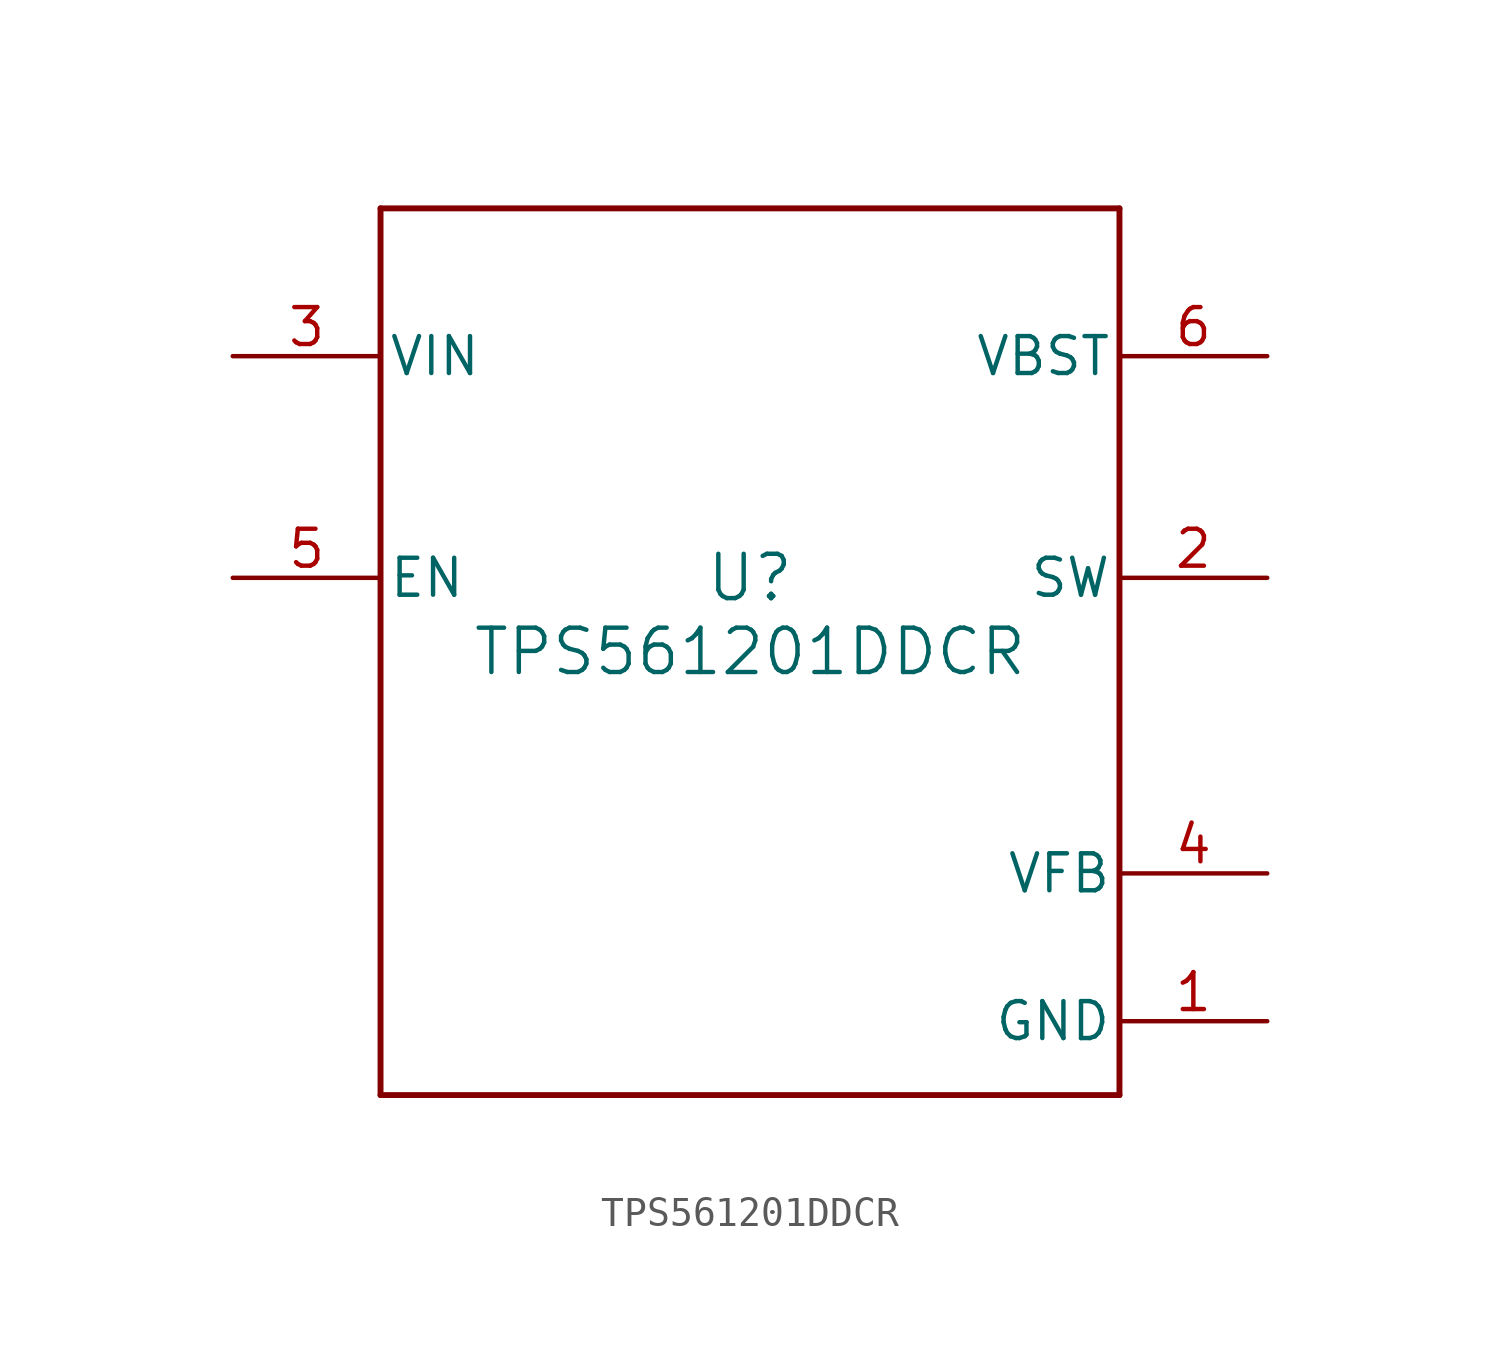
<source format=kicad_sym>
(kicad_symbol_lib
  (version 20211014)
  (generator kicad_symbol_editor)
  (symbol "TPS561201DDCR"
    (pin_names
      (offset 0.254))
    (property "Reference" "U"
      (at 0 2.54 0)
      (effects (font (size 1.524 1.524))))
    (property "Value" "TPS561201DDCR"
      (at 0 0 0)
      (effects (font (size 1.524 1.524))))
    (symbol "TPS561201DDCR_0_1"
      (polyline (pts (xy -12.7 -15.24) (xy 12.7 -15.24)) (stroke (width 0.203) (type default) (color 0 0 0 0)) (fill (type none)))
      (polyline (pts (xy 12.7 -15.24) (xy 12.7 15.24)) (stroke (width 0.203) (type default) (color 0 0 0 0)) (fill (type none)))
      (polyline (pts (xy 12.7 15.24) (xy -12.7 15.24)) (stroke (width 0.203) (type default) (color 0 0 0 0)) (fill (type none)))
      (polyline (pts (xy -12.7 15.24) (xy -12.7 -15.24)) (stroke (width 0.203) (type default) (color 0 0 0 0)) (fill (type none)))
      (pin power_in line (at 17.78 -12.7 180) (length 5.08) (name "GND" (effects (font (size 1.27 1.27)))) (number "1" (effects (font (size 1.27 1.27)))))
      (pin power_in line (at 17.78 2.54 180) (length 5.08) (name "SW" (effects (font (size 1.27 1.27)))) (number "2" (effects (font (size 1.27 1.27)))))
      (pin power_in line (at -17.78 10.16 0) (length 5.08) (name "VIN" (effects (font (size 1.27 1.27)))) (number "3" (effects (font (size 1.27 1.27)))))
      (pin input line (at 17.78 -7.62 180) (length 5.08) (name "VFB" (effects (font (size 1.27 1.27)))) (number "4" (effects (font (size 1.27 1.27)))))
      (pin input line (at -17.78 2.54 0) (length 5.08) (name "EN" (effects (font (size 1.27 1.27)))) (number "5" (effects (font (size 1.27 1.27)))))
      (pin power_in line (at 17.78 10.16 180) (length 5.08) (name "VBST" (effects (font (size 1.27 1.27)))) (number "6" (effects (font (size 1.27 1.27))))))))
</source>
